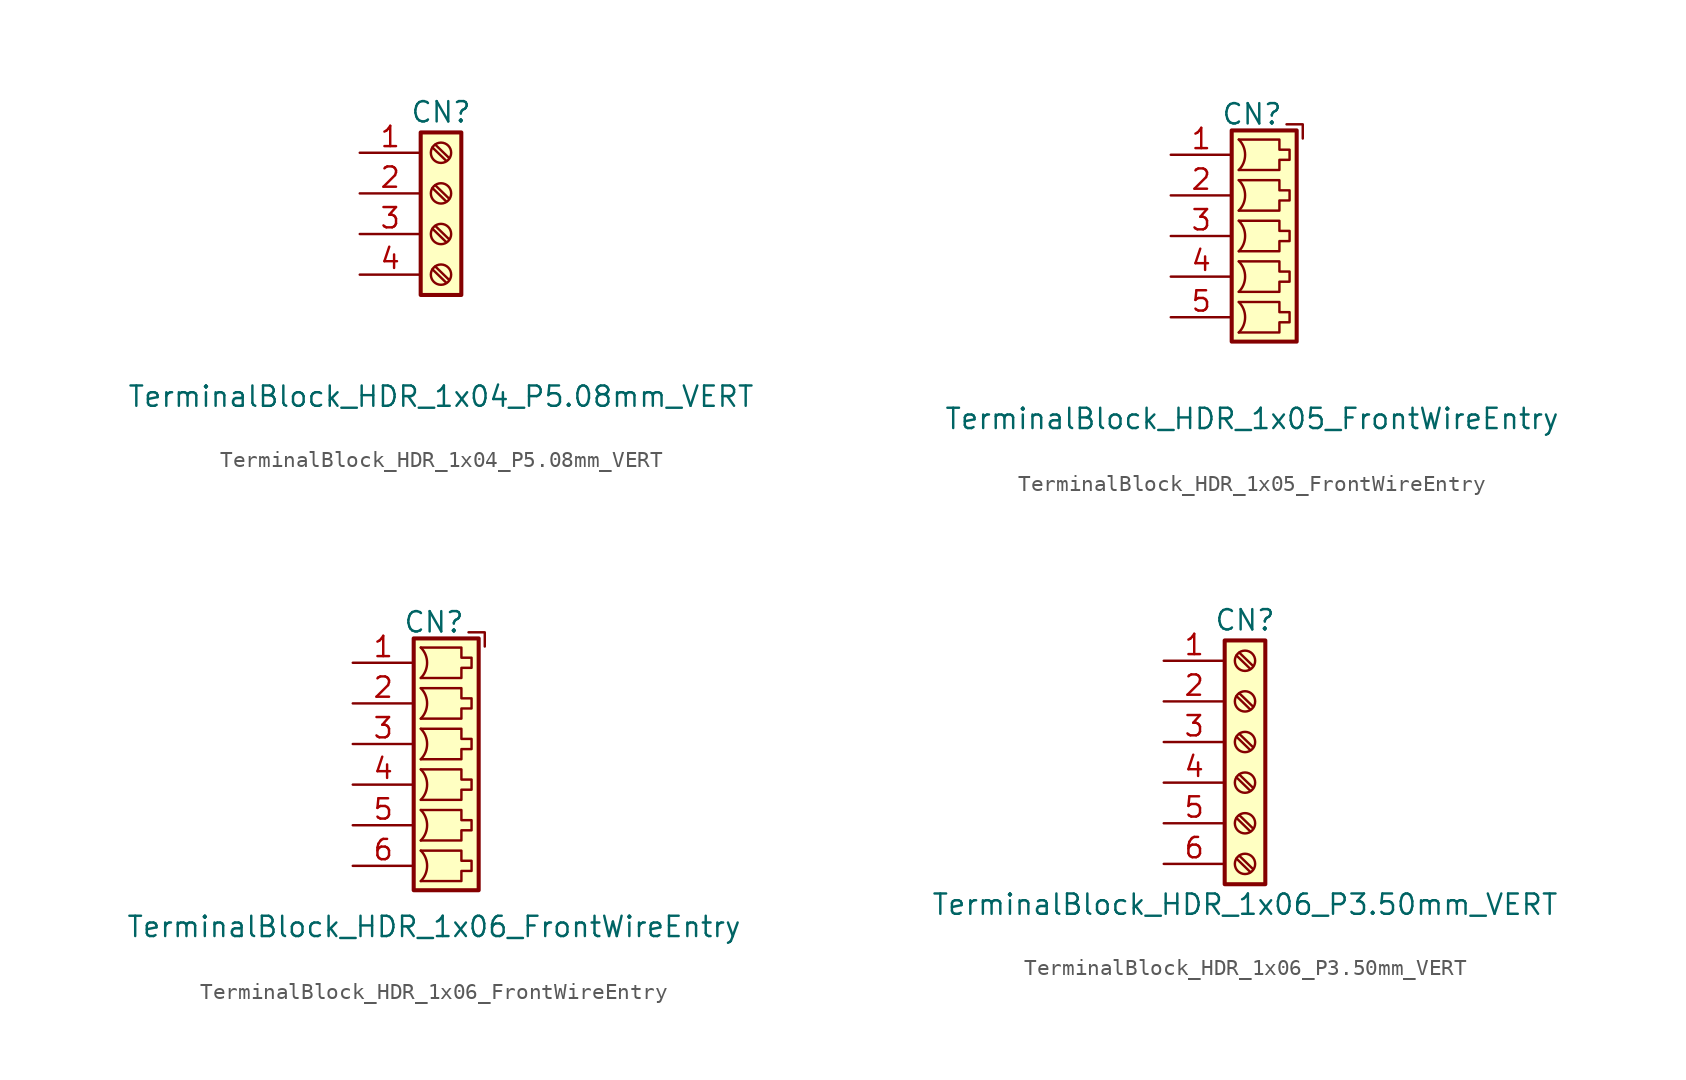
<source format=kicad_sym>
(kicad_symbol_lib
  (version 20231120)
  (generator "kicad_symbol_editor")
  (generator_version "8.0")
  (symbol "TerminalBlock_HDR_1x04_P5.08mm_VERT"
    (pin_names
      (offset 1.016) hide)
    (property "Reference" "CN"
      (at 0 7.62 0)
      (effects (font (size 1.27 1.27))))
    (property "Value" "TerminalBlock_HDR_1x04_P5.08mm_VERT"
      (at 0 -10.16 0)
      (effects (font (size 1.27 1.27))))
    (symbol "TerminalBlock_HDR_1x04_P5.08mm_VERT_1_1"
      (rectangle (start -1.27 6.35) (end 1.27 -3.81) (stroke (width 0.254) (type default)) (fill (type background)))
      (circle (center 0 -2.54) (radius 0.635) (stroke (width 0.152) (type default)) (fill (type none)))
      (polyline (pts (xy -0.533 -2.21) (xy 0.33 -3.048)) (stroke (width 0.152) (type default)) (fill (type none)))
      (polyline (pts (xy -0.533 0.33) (xy 0.33 -0.508)) (stroke (width 0.152) (type default)) (fill (type none)))
      (polyline (pts (xy -0.533 2.87) (xy 0.33 2.032)) (stroke (width 0.152) (type default)) (fill (type none)))
      (polyline (pts (xy -0.533 5.41) (xy 0.33 4.572)) (stroke (width 0.152) (type default)) (fill (type none)))
      (polyline (pts (xy -0.356 -2.032) (xy 0.508 -2.87)) (stroke (width 0.152) (type default)) (fill (type none)))
      (polyline (pts (xy -0.356 0.508) (xy 0.508 -0.33)) (stroke (width 0.152) (type default)) (fill (type none)))
      (polyline (pts (xy -0.356 3.048) (xy 0.508 2.21)) (stroke (width 0.152) (type default)) (fill (type none)))
      (polyline (pts (xy -0.356 5.588) (xy 0.508 4.75)) (stroke (width 0.152) (type default)) (fill (type none)))
      (circle (center 0 0) (radius 0.635) (stroke (width 0.152) (type default)) (fill (type none)))
      (circle (center 0 2.54) (radius 0.635) (stroke (width 0.152) (type default)) (fill (type none)))
      (circle (center 0 5.08) (radius 0.635) (stroke (width 0.152) (type default)) (fill (type none)))
      (pin passive line (at -5.08 5.08 0) (length 3.81) (name "Pin_1" (effects (font (size 1.27 1.27)))) (number "1" (effects (font (size 1.27 1.27)))))
      (pin passive line (at -5.08 2.54 0) (length 3.81) (name "Pin_2" (effects (font (size 1.27 1.27)))) (number "2" (effects (font (size 1.27 1.27)))))
      (pin passive line (at -5.08 0 0) (length 3.81) (name "Pin_3" (effects (font (size 1.27 1.27)))) (number "3" (effects (font (size 1.27 1.27)))))
      (pin passive line (at -5.08 -2.54 0) (length 3.81) (name "Pin_4" (effects (font (size 1.27 1.27)))) (number "4" (effects (font (size 1.27 1.27)))))))
  (symbol "TerminalBlock_HDR_1x05_FrontWireEntry"
    (pin_names
      (offset 1.016) hide)
    (property "Reference" "CN"
      (at 0 7.62 0)
      (effects (font (size 1.27 1.27))))
    (property "Value" "TerminalBlock_HDR_1x05_FrontWireEntry"
      (at 0 -11.43 0)
      (effects (font (size 1.27 1.27))))
    (symbol "TerminalBlock_HDR_1x05_FrontWireEntry_0_1"
      (arc (start -0.8256 -6.0325) (mid -0.431 -5.08) (end -0.8256 -4.1275) (stroke (width 0) (type default)) (fill (type none)))
      (arc (start -0.8256 -3.4925) (mid -0.431 -2.54) (end -0.8256 -1.5875) (stroke (width 0) (type default)) (fill (type none)))
      (arc (start -0.8256 -0.9525) (mid -0.431 0) (end -0.8256 0.9525) (stroke (width 0) (type default)) (fill (type none)))
      (arc (start -0.8257 1.5875) (mid -0.4311 2.54) (end -0.8257 3.4925) (stroke (width 0) (type default)) (fill (type none)))
      (arc (start -0.8257 4.1275) (mid -0.4311 5.08) (end -0.8257 6.0325) (stroke (width 0) (type default)) (fill (type none)))
      (polyline (pts (xy 2.159 6.985) (xy 3.175 6.985) (xy 3.175 6.096)) (stroke (width 0) (type default)) (fill (type none)))
      (polyline (pts (xy -0.826 -6.032) (xy 1.714 -6.032) (xy 1.714 -5.397) (xy 2.349 -5.397) (xy 2.349 -4.763) (xy 1.714 -4.763) (xy 1.714 -4.128) (xy -0.826 -4.128)) (stroke (width 0) (type default)) (fill (type none)))
      (polyline (pts (xy -0.826 -3.493) (xy 1.714 -3.493) (xy 1.714 -2.857) (xy 2.349 -2.857) (xy 2.349 -2.223) (xy 1.714 -2.223) (xy 1.714 -1.587) (xy -0.826 -1.587)) (stroke (width 0) (type default)) (fill (type none)))
      (polyline (pts (xy -0.826 -0.953) (xy 1.714 -0.953) (xy 1.714 -0.318) (xy 2.349 -0.318) (xy 2.349 0.318) (xy 1.714 0.318) (xy 1.714 0.953) (xy -0.826 0.953)) (stroke (width 0) (type default)) (fill (type none)))
      (polyline (pts (xy -0.826 1.587) (xy 1.714 1.587) (xy 1.714 2.223) (xy 2.349 2.223) (xy 2.349 2.857) (xy 1.714 2.857) (xy 1.714 3.493) (xy -0.826 3.493)) (stroke (width 0) (type default)) (fill (type none)))
      (polyline (pts (xy -0.826 4.128) (xy 1.714 4.128) (xy 1.714 4.763) (xy 2.349 4.763) (xy 2.349 5.397) (xy 1.714 5.397) (xy 1.714 6.032) (xy -0.826 6.032)) (stroke (width 0) (type default)) (fill (type none))))
    (symbol "TerminalBlock_HDR_1x05_FrontWireEntry_1_1"
      (rectangle (start -1.27 6.604) (end 2.794 -6.604) (stroke (width 0.254) (type default)) (fill (type background)))
      (pin passive line (at -5.08 5.08 0) (length 3.81) (name "Pin_1" (effects (font (size 1.27 1.27)))) (number "1" (effects (font (size 1.27 1.27)))))
      (pin passive line (at -5.08 2.54 0) (length 3.81) (name "Pin_2" (effects (font (size 1.27 1.27)))) (number "2" (effects (font (size 1.27 1.27)))))
      (pin passive line (at -5.08 0 0) (length 3.81) (name "Pin_3" (effects (font (size 1.27 1.27)))) (number "3" (effects (font (size 1.27 1.27)))))
      (pin passive line (at -5.08 -2.54 0) (length 3.81) (name "Pin_4" (effects (font (size 1.27 1.27)))) (number "4" (effects (font (size 1.27 1.27)))))
      (pin passive line (at -5.08 -5.08 0) (length 3.81) (name "Pin_5" (effects (font (size 1.27 1.27)))) (number "5" (effects (font (size 1.27 1.27)))))))
  (symbol "TerminalBlock_HDR_1x06_FrontWireEntry"
    (pin_names
      (offset 1.016) hide)
    (property "Reference" "CN"
      (at 0 7.62 0)
      (effects (font (size 1.27 1.27))))
    (property "Value" "TerminalBlock_HDR_1x06_FrontWireEntry"
      (at 0 -11.43 0)
      (effects (font (size 1.27 1.27))))
    (symbol "TerminalBlock_HDR_1x06_FrontWireEntry_0_1"
      (arc (start -0.8256 -8.5725) (mid -0.431 -7.62) (end -0.8256 -6.6675) (stroke (width 0) (type default)) (fill (type none)))
      (arc (start -0.8256 -6.0325) (mid -0.431 -5.08) (end -0.8256 -4.1275) (stroke (width 0) (type default)) (fill (type none)))
      (arc (start -0.8256 -3.4925) (mid -0.431 -2.54) (end -0.8256 -1.5875) (stroke (width 0) (type default)) (fill (type none)))
      (arc (start -0.8256 -0.9525) (mid -0.431 0) (end -0.8256 0.9525) (stroke (width 0) (type default)) (fill (type none)))
      (arc (start -0.8257 1.5875) (mid -0.4311 2.54) (end -0.8257 3.4925) (stroke (width 0) (type default)) (fill (type none)))
      (arc (start -0.8257 4.1275) (mid -0.4311 5.08) (end -0.8257 6.0325) (stroke (width 0) (type default)) (fill (type none)))
      (polyline (pts (xy 2.159 6.985) (xy 3.175 6.985) (xy 3.175 6.096)) (stroke (width 0) (type default)) (fill (type none)))
      (polyline (pts (xy -0.826 -8.572) (xy 1.714 -8.572) (xy 1.714 -7.938) (xy 2.349 -7.938) (xy 2.349 -7.303) (xy 1.714 -7.303) (xy 1.714 -6.668) (xy -0.826 -6.668)) (stroke (width 0) (type default)) (fill (type none)))
      (polyline (pts (xy -0.826 -6.032) (xy 1.714 -6.032) (xy 1.714 -5.397) (xy 2.349 -5.397) (xy 2.349 -4.763) (xy 1.714 -4.763) (xy 1.714 -4.128) (xy -0.826 -4.128)) (stroke (width 0) (type default)) (fill (type none)))
      (polyline (pts (xy -0.826 -3.493) (xy 1.714 -3.493) (xy 1.714 -2.857) (xy 2.349 -2.857) (xy 2.349 -2.223) (xy 1.714 -2.223) (xy 1.714 -1.587) (xy -0.826 -1.587)) (stroke (width 0) (type default)) (fill (type none)))
      (polyline (pts (xy -0.826 -0.953) (xy 1.714 -0.953) (xy 1.714 -0.318) (xy 2.349 -0.318) (xy 2.349 0.318) (xy 1.714 0.318) (xy 1.714 0.953) (xy -0.826 0.953)) (stroke (width 0) (type default)) (fill (type none)))
      (polyline (pts (xy -0.826 1.587) (xy 1.714 1.587) (xy 1.714 2.223) (xy 2.349 2.223) (xy 2.349 2.857) (xy 1.714 2.857) (xy 1.714 3.493) (xy -0.826 3.493)) (stroke (width 0) (type default)) (fill (type none)))
      (polyline (pts (xy -0.826 4.128) (xy 1.714 4.128) (xy 1.714 4.763) (xy 2.349 4.763) (xy 2.349 5.397) (xy 1.714 5.397) (xy 1.714 6.032) (xy -0.826 6.032)) (stroke (width 0) (type default)) (fill (type none))))
    (symbol "TerminalBlock_HDR_1x06_FrontWireEntry_1_1"
      (rectangle (start -1.27 6.604) (end 2.794 -9.144) (stroke (width 0.254) (type default)) (fill (type background)))
      (pin passive line (at -5.08 5.08 0) (length 3.81) (name "Pin_1" (effects (font (size 1.27 1.27)))) (number "1" (effects (font (size 1.27 1.27)))))
      (pin passive line (at -5.08 2.54 0) (length 3.81) (name "Pin_2" (effects (font (size 1.27 1.27)))) (number "2" (effects (font (size 1.27 1.27)))))
      (pin passive line (at -5.08 0 0) (length 3.81) (name "Pin_3" (effects (font (size 1.27 1.27)))) (number "3" (effects (font (size 1.27 1.27)))))
      (pin passive line (at -5.08 -2.54 0) (length 3.81) (name "Pin_4" (effects (font (size 1.27 1.27)))) (number "4" (effects (font (size 1.27 1.27)))))
      (pin passive line (at -5.08 -5.08 0) (length 3.81) (name "Pin_5" (effects (font (size 1.27 1.27)))) (number "5" (effects (font (size 1.27 1.27)))))
      (pin passive line (at -5.08 -7.62 0) (length 3.81) (name "Pin_6" (effects (font (size 1.27 1.27)))) (number "6" (effects (font (size 1.27 1.27)))))))
  (symbol "TerminalBlock_HDR_1x06_P3.50mm_VERT"
    (pin_names
      (offset 1.016) hide)
    (property "Reference" "CN"
      (at 0 7.62 0)
      (effects (font (size 1.27 1.27))))
    (property "Value" "TerminalBlock_HDR_1x06_P3.50mm_VERT"
      (at 0 -10.16 0)
      (effects (font (size 1.27 1.27))))
    (symbol "TerminalBlock_HDR_1x06_P3.50mm_VERT_1_1"
      (rectangle (start -1.27 6.35) (end 1.27 -8.89) (stroke (width 0.254) (type default)) (fill (type background)))
      (circle (center 0 -7.62) (radius 0.635) (stroke (width 0.152) (type default)) (fill (type none)))
      (circle (center 0 -5.08) (radius 0.635) (stroke (width 0.152) (type default)) (fill (type none)))
      (circle (center 0 -2.54) (radius 0.635) (stroke (width 0.152) (type default)) (fill (type none)))
      (polyline (pts (xy -0.533 -7.29) (xy 0.33 -8.128)) (stroke (width 0.152) (type default)) (fill (type none)))
      (polyline (pts (xy -0.533 -4.75) (xy 0.33 -5.588)) (stroke (width 0.152) (type default)) (fill (type none)))
      (polyline (pts (xy -0.533 -2.21) (xy 0.33 -3.048)) (stroke (width 0.152) (type default)) (fill (type none)))
      (polyline (pts (xy -0.533 0.33) (xy 0.33 -0.508)) (stroke (width 0.152) (type default)) (fill (type none)))
      (polyline (pts (xy -0.533 2.87) (xy 0.33 2.032)) (stroke (width 0.152) (type default)) (fill (type none)))
      (polyline (pts (xy -0.533 5.41) (xy 0.33 4.572)) (stroke (width 0.152) (type default)) (fill (type none)))
      (polyline (pts (xy -0.356 -7.112) (xy 0.508 -7.95)) (stroke (width 0.152) (type default)) (fill (type none)))
      (polyline (pts (xy -0.356 -4.572) (xy 0.508 -5.41)) (stroke (width 0.152) (type default)) (fill (type none)))
      (polyline (pts (xy -0.356 -2.032) (xy 0.508 -2.87)) (stroke (width 0.152) (type default)) (fill (type none)))
      (polyline (pts (xy -0.356 0.508) (xy 0.508 -0.33)) (stroke (width 0.152) (type default)) (fill (type none)))
      (polyline (pts (xy -0.356 3.048) (xy 0.508 2.21)) (stroke (width 0.152) (type default)) (fill (type none)))
      (polyline (pts (xy -0.356 5.588) (xy 0.508 4.75)) (stroke (width 0.152) (type default)) (fill (type none)))
      (circle (center 0 0) (radius 0.635) (stroke (width 0.152) (type default)) (fill (type none)))
      (circle (center 0 2.54) (radius 0.635) (stroke (width 0.152) (type default)) (fill (type none)))
      (circle (center 0 5.08) (radius 0.635) (stroke (width 0.152) (type default)) (fill (type none)))
      (pin passive line (at -5.08 5.08 0) (length 3.81) (name "Pin_1" (effects (font (size 1.27 1.27)))) (number "1" (effects (font (size 1.27 1.27)))))
      (pin passive line (at -5.08 2.54 0) (length 3.81) (name "Pin_2" (effects (font (size 1.27 1.27)))) (number "2" (effects (font (size 1.27 1.27)))))
      (pin passive line (at -5.08 0 0) (length 3.81) (name "Pin_3" (effects (font (size 1.27 1.27)))) (number "3" (effects (font (size 1.27 1.27)))))
      (pin passive line (at -5.08 -2.54 0) (length 3.81) (name "Pin_4" (effects (font (size 1.27 1.27)))) (number "4" (effects (font (size 1.27 1.27)))))
      (pin passive line (at -5.08 -5.08 0) (length 3.81) (name "Pin_5" (effects (font (size 1.27 1.27)))) (number "5" (effects (font (size 1.27 1.27)))))
      (pin passive line (at -5.08 -7.62 0) (length 3.81) (name "Pin_6" (effects (font (size 1.27 1.27)))) (number "6" (effects (font (size 1.27 1.27))))))))
</source>
